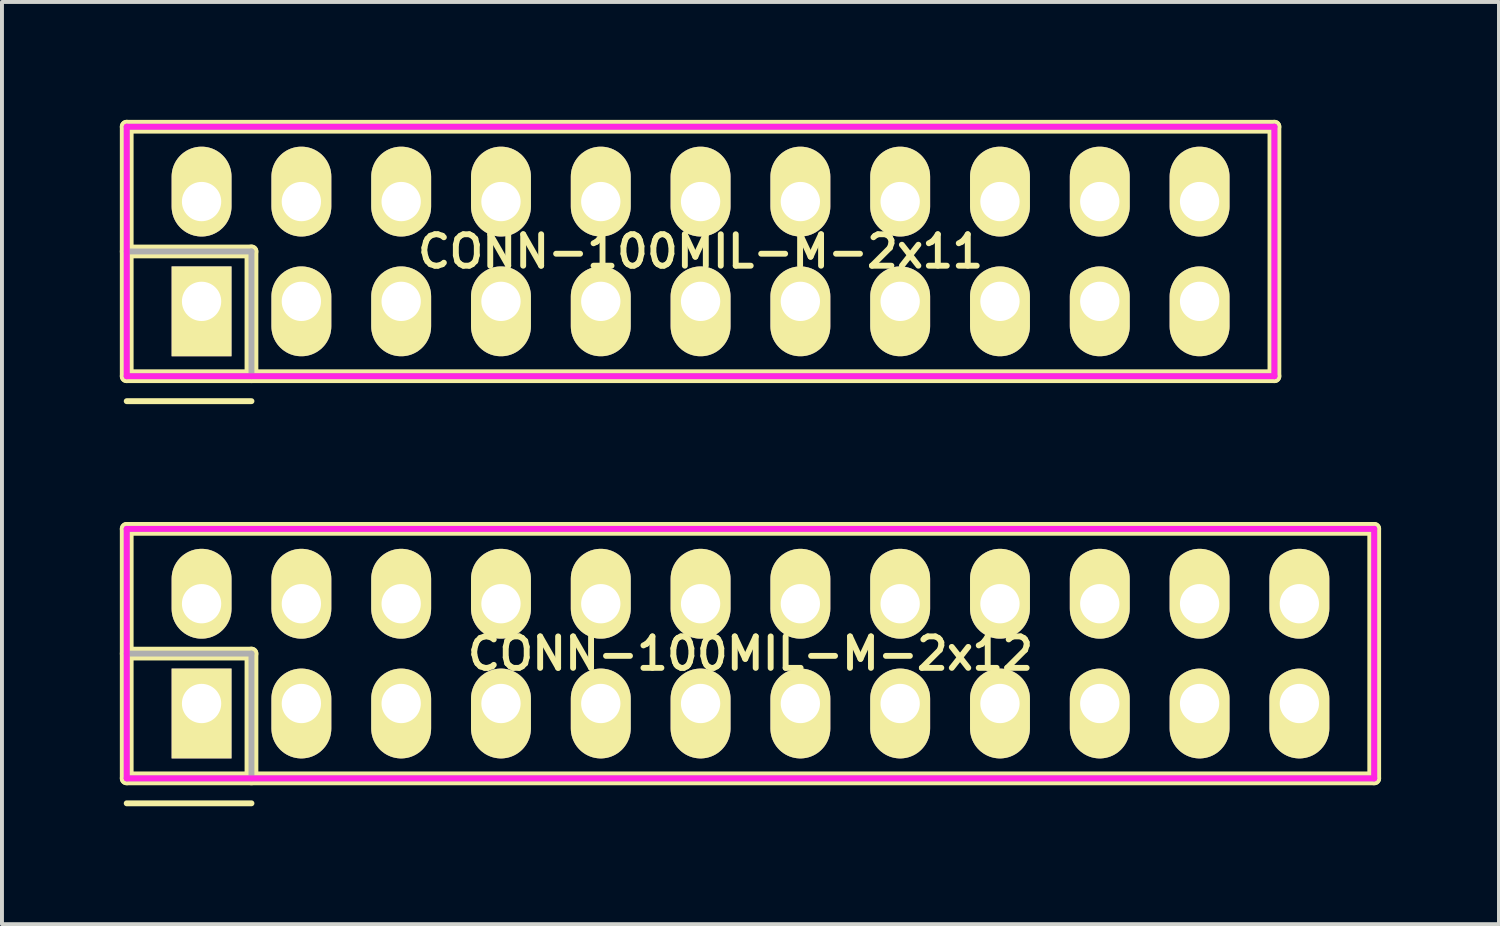
<source format=kicad_pcb>
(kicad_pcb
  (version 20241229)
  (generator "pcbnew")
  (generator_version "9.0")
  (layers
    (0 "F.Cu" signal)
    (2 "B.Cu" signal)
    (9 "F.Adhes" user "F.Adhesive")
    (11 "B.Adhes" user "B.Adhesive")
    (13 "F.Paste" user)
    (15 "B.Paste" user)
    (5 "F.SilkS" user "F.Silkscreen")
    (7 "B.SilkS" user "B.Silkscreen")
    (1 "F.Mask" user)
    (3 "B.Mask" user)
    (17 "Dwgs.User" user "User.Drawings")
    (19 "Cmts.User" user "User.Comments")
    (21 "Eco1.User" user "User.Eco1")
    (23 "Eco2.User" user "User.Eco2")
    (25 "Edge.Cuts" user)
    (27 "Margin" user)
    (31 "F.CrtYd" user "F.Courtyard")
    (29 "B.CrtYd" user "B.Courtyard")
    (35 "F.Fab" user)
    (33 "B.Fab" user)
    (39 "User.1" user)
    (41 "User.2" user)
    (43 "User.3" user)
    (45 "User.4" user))
  (footprint "CONN-100MIL-M-2x11"
    (layer "F.Cu")
    (at 14.78 3.35)
    (property "Reference" "CONN-100MIL-M-2x11" (at 0 0 0) (layer "F.SilkS") (effects (font (size 0.8 0.8) (thickness 0.15))))
    (attr through_hole)
    (fp_line (start -14.605 -3.175) (end 14.605 -3.175) (stroke (width 0.35) (type solid)) (layer "F.SilkS"))
    (fp_line (start -14.605 0) (end -11.43 0) (stroke (width 0.35) (type solid)) (layer "F.SilkS"))
    (fp_line (start -14.605 3.175) (end -14.605 -3.175) (stroke (width 0.35) (type solid)) (layer "F.SilkS"))
    (fp_line (start -14.605 3.81) (end -11.43 3.81) (stroke (width 0.15) (type solid)) (layer "F.SilkS"))
    (fp_line (start -11.43 0) (end -11.43 3.175) (stroke (width 0.35) (type solid)) (layer "F.SilkS"))
    (fp_line (start 14.605 -3.175) (end 14.605 3.175) (stroke (width 0.35) (type solid)) (layer "F.SilkS"))
    (fp_line (start 14.605 3.175) (end -14.605 3.175) (stroke (width 0.35) (type solid)) (layer "F.SilkS"))
    (fp_line (start -14.605 -3.175) (end 14.605 -3.175) (stroke (width 0.15) (type solid)) (layer "F.CrtYd"))
    (fp_line (start -14.605 3.175) (end -14.605 -3.175) (stroke (width 0.15) (type solid)) (layer "F.CrtYd"))
    (fp_line (start 14.605 -3.175) (end 14.605 3.175) (stroke (width 0.15) (type solid)) (layer "F.CrtYd"))
    (fp_line (start 14.605 3.175) (end -14.605 3.175) (stroke (width 0.15) (type solid)) (layer "F.CrtYd"))
    (fp_line (start -14.605 -3.175) (end 14.605 -3.175) (stroke (width 0.15) (type solid)) (layer "F.Fab"))
    (fp_line (start -14.605 0) (end -11.43 0) (stroke (width 0.15) (type solid)) (layer "F.Fab"))
    (fp_line (start -14.605 3.175) (end -14.605 -3.175) (stroke (width 0.15) (type solid)) (layer "F.Fab"))
    (fp_line (start -11.43 0) (end -11.43 3.175) (stroke (width 0.15) (type solid)) (layer "F.Fab"))
    (fp_line (start 14.605 -3.175) (end 14.605 3.175) (stroke (width 0.15) (type solid)) (layer "F.Fab"))
    (fp_line (start 14.605 3.175) (end -14.605 3.175) (stroke (width 0.15) (type solid)) (layer "F.Fab"))
    (pad "1" thru_hole rect (at -12.7 1.27) (size 1.524 2.286) (drill 1 (offset 0 0.254)) (layers "*.Cu" "*.Mask" "F.SilkS"))
    (pad "2" thru_hole oval (at -12.7 -1.27) (size 1.524 2.286) (drill 1 (offset 0 -0.254)) (layers "*.Cu" "*.Mask" "F.SilkS"))
    (pad "3" thru_hole oval (at -10.16 1.27) (size 1.524 2.286) (drill 1 (offset 0 0.254)) (layers "*.Cu" "*.Mask" "F.SilkS"))
    (pad "4" thru_hole oval (at -10.16 -1.27) (size 1.524 2.286) (drill 1 (offset 0 -0.254)) (layers "*.Cu" "*.Mask" "F.SilkS"))
    (pad "5" thru_hole oval (at -7.62 1.27) (size 1.524 2.286) (drill 1 (offset 0 0.254)) (layers "*.Cu" "*.Mask" "F.SilkS"))
    (pad "6" thru_hole oval (at -7.62 -1.27) (size 1.524 2.286) (drill 1 (offset 0 -0.254)) (layers "*.Cu" "*.Mask" "F.SilkS"))
    (pad "7" thru_hole oval (at -5.08 1.27) (size 1.524 2.286) (drill 1 (offset 0 0.254)) (layers "*.Cu" "*.Mask" "F.SilkS"))
    (pad "8" thru_hole oval (at -5.08 -1.27) (size 1.524 2.286) (drill 1 (offset 0 -0.254)) (layers "*.Cu" "*.Mask" "F.SilkS"))
    (pad "9" thru_hole oval (at -2.54 1.27) (size 1.524 2.286) (drill 1 (offset 0 0.254)) (layers "*.Cu" "*.Mask" "F.SilkS"))
    (pad "10" thru_hole oval (at -2.54 -1.27) (size 1.524 2.286) (drill 1 (offset 0 -0.254)) (layers "*.Cu" "*.Mask" "F.SilkS"))
    (pad "11" thru_hole oval (at 0 1.27) (size 1.524 2.286) (drill 1 (offset 0 0.254)) (layers "*.Cu" "*.Mask" "F.SilkS"))
    (pad "12" thru_hole oval (at 0 -1.27) (size 1.524 2.286) (drill 1 (offset 0 -0.254)) (layers "*.Cu" "*.Mask" "F.SilkS"))
    (pad "13" thru_hole oval (at 2.54 1.27) (size 1.524 2.286) (drill 1 (offset 0 0.254)) (layers "*.Cu" "*.Mask" "F.SilkS"))
    (pad "14" thru_hole oval (at 2.54 -1.27) (size 1.524 2.286) (drill 1 (offset 0 -0.254)) (layers "*.Cu" "*.Mask" "F.SilkS"))
    (pad "15" thru_hole oval (at 5.08 1.27) (size 1.524 2.286) (drill 1 (offset 0 0.254)) (layers "*.Cu" "*.Mask" "F.SilkS"))
    (pad "16" thru_hole oval (at 5.08 -1.27) (size 1.524 2.286) (drill 1 (offset 0 -0.254)) (layers "*.Cu" "*.Mask" "F.SilkS"))
    (pad "17" thru_hole oval (at 7.62 1.27) (size 1.524 2.286) (drill 1 (offset 0 0.254)) (layers "*.Cu" "*.Mask" "F.SilkS"))
    (pad "18" thru_hole oval (at 7.62 -1.27) (size 1.524 2.286) (drill 1 (offset 0 -0.254)) (layers "*.Cu" "*.Mask" "F.SilkS"))
    (pad "19" thru_hole oval (at 10.16 1.27) (size 1.524 2.286) (drill 1 (offset 0 0.254)) (layers "*.Cu" "*.Mask" "F.SilkS"))
    (pad "20" thru_hole oval (at 10.16 -1.27) (size 1.524 2.286) (drill 1 (offset 0 -0.254)) (layers "*.Cu" "*.Mask" "F.SilkS"))
    (pad "21" thru_hole oval (at 12.7 1.27) (size 1.524 2.286) (drill 1 (offset 0 0.254)) (layers "*.Cu" "*.Mask" "F.SilkS"))
    (pad "22" thru_hole oval (at 12.7 -1.27) (size 1.524 2.286) (drill 1 (offset 0 -0.254)) (layers "*.Cu" "*.Mask" "F.SilkS")))
  (footprint "CONN-100MIL-M-2x12"
    (layer "F.Cu")
    (at 16.05 13.585)
    (property "Reference" "CONN-100MIL-M-2x12" (at 0 0 0) (layer "F.SilkS") (effects (font (size 0.8 0.8) (thickness 0.15))))
    (attr through_hole)
    (fp_line (start -15.875 -3.175) (end 15.875 -3.175) (stroke (width 0.35) (type solid)) (layer "F.SilkS"))
    (fp_line (start -15.875 0) (end -12.7 0) (stroke (width 0.35) (type solid)) (layer "F.SilkS"))
    (fp_line (start -15.875 3.175) (end -15.875 -3.175) (stroke (width 0.35) (type solid)) (layer "F.SilkS"))
    (fp_line (start -15.875 3.81) (end -12.7 3.81) (stroke (width 0.15) (type solid)) (layer "F.SilkS"))
    (fp_line (start -12.7 0) (end -12.7 3.175) (stroke (width 0.35) (type solid)) (layer "F.SilkS"))
    (fp_line (start 15.875 -3.175) (end 15.875 3.175) (stroke (width 0.35) (type solid)) (layer "F.SilkS"))
    (fp_line (start 15.875 3.175) (end -15.875 3.175) (stroke (width 0.35) (type solid)) (layer "F.SilkS"))
    (fp_line (start -15.875 -3.175) (end 15.875 -3.175) (stroke (width 0.15) (type solid)) (layer "F.CrtYd"))
    (fp_line (start -15.875 3.175) (end -15.875 -3.175) (stroke (width 0.15) (type solid)) (layer "F.CrtYd"))
    (fp_line (start 15.875 -3.175) (end 15.875 3.175) (stroke (width 0.15) (type solid)) (layer "F.CrtYd"))
    (fp_line (start 15.875 3.175) (end -15.875 3.175) (stroke (width 0.15) (type solid)) (layer "F.CrtYd"))
    (fp_line (start -15.875 -3.175) (end 15.875 -3.175) (stroke (width 0.15) (type solid)) (layer "F.Fab"))
    (fp_line (start -15.875 0) (end -12.7 0) (stroke (width 0.15) (type solid)) (layer "F.Fab"))
    (fp_line (start -15.875 3.175) (end -15.875 -3.175) (stroke (width 0.15) (type solid)) (layer "F.Fab"))
    (fp_line (start -12.7 0) (end -12.7 3.175) (stroke (width 0.15) (type solid)) (layer "F.Fab"))
    (fp_line (start 15.875 -3.175) (end 15.875 3.175) (stroke (width 0.15) (type solid)) (layer "F.Fab"))
    (fp_line (start 15.875 3.175) (end -15.875 3.175) (stroke (width 0.15) (type solid)) (layer "F.Fab"))
    (pad "1" thru_hole rect (at -13.97 1.27) (size 1.524 2.286) (drill 1 (offset 0 0.254)) (layers "*.Cu" "*.Mask" "F.SilkS"))
    (pad "2" thru_hole oval (at -13.97 -1.27) (size 1.524 2.286) (drill 1 (offset 0 -0.254)) (layers "*.Cu" "*.Mask" "F.SilkS"))
    (pad "3" thru_hole oval (at -11.43 1.27) (size 1.524 2.286) (drill 1 (offset 0 0.254)) (layers "*.Cu" "*.Mask" "F.SilkS"))
    (pad "4" thru_hole oval (at -11.43 -1.27) (size 1.524 2.286) (drill 1 (offset 0 -0.254)) (layers "*.Cu" "*.Mask" "F.SilkS"))
    (pad "5" thru_hole oval (at -8.89 1.27) (size 1.524 2.286) (drill 1 (offset 0 0.254)) (layers "*.Cu" "*.Mask" "F.SilkS"))
    (pad "6" thru_hole oval (at -8.89 -1.27) (size 1.524 2.286) (drill 1 (offset 0 -0.254)) (layers "*.Cu" "*.Mask" "F.SilkS"))
    (pad "7" thru_hole oval (at -6.35 1.27) (size 1.524 2.286) (drill 1 (offset 0 0.254)) (layers "*.Cu" "*.Mask" "F.SilkS"))
    (pad "8" thru_hole oval (at -6.35 -1.27) (size 1.524 2.286) (drill 1 (offset 0 -0.254)) (layers "*.Cu" "*.Mask" "F.SilkS"))
    (pad "9" thru_hole oval (at -3.81 1.27) (size 1.524 2.286) (drill 1 (offset 0 0.254)) (layers "*.Cu" "*.Mask" "F.SilkS"))
    (pad "10" thru_hole oval (at -3.81 -1.27) (size 1.524 2.286) (drill 1 (offset 0 -0.254)) (layers "*.Cu" "*.Mask" "F.SilkS"))
    (pad "11" thru_hole oval (at -1.27 1.27) (size 1.524 2.286) (drill 1 (offset 0 0.254)) (layers "*.Cu" "*.Mask" "F.SilkS"))
    (pad "12" thru_hole oval (at -1.27 -1.27) (size 1.524 2.286) (drill 1 (offset 0 -0.254)) (layers "*.Cu" "*.Mask" "F.SilkS"))
    (pad "13" thru_hole oval (at 1.27 1.27) (size 1.524 2.286) (drill 1 (offset 0 0.254)) (layers "*.Cu" "*.Mask" "F.SilkS"))
    (pad "14" thru_hole oval (at 1.27 -1.27) (size 1.524 2.286) (drill 1 (offset 0 -0.254)) (layers "*.Cu" "*.Mask" "F.SilkS"))
    (pad "15" thru_hole oval (at 3.81 1.27) (size 1.524 2.286) (drill 1 (offset 0 0.254)) (layers "*.Cu" "*.Mask" "F.SilkS"))
    (pad "16" thru_hole oval (at 3.81 -1.27) (size 1.524 2.286) (drill 1 (offset 0 -0.254)) (layers "*.Cu" "*.Mask" "F.SilkS"))
    (pad "17" thru_hole oval (at 6.35 1.27) (size 1.524 2.286) (drill 1 (offset 0 0.254)) (layers "*.Cu" "*.Mask" "F.SilkS"))
    (pad "18" thru_hole oval (at 6.35 -1.27) (size 1.524 2.286) (drill 1 (offset 0 -0.254)) (layers "*.Cu" "*.Mask" "F.SilkS"))
    (pad "19" thru_hole oval (at 8.89 1.27) (size 1.524 2.286) (drill 1 (offset 0 0.254)) (layers "*.Cu" "*.Mask" "F.SilkS"))
    (pad "20" thru_hole oval (at 8.89 -1.27) (size 1.524 2.286) (drill 1 (offset 0 -0.254)) (layers "*.Cu" "*.Mask" "F.SilkS"))
    (pad "21" thru_hole oval (at 11.43 1.27) (size 1.524 2.286) (drill 1 (offset 0 0.254)) (layers "*.Cu" "*.Mask" "F.SilkS"))
    (pad "22" thru_hole oval (at 11.43 -1.27) (size 1.524 2.286) (drill 1 (offset 0 -0.254)) (layers "*.Cu" "*.Mask" "F.SilkS"))
    (pad "23" thru_hole oval (at 13.97 1.27) (size 1.524 2.286) (drill 1 (offset 0 0.254)) (layers "*.Cu" "*.Mask" "F.SilkS"))
    (pad "24" thru_hole oval (at 13.97 -1.27) (size 1.524 2.286) (drill 1 (offset 0 -0.254)) (layers "*.Cu" "*.Mask" "F.SilkS")))
  (gr_rect
    (start -3 -3)
    (end 35.1 20.47)
    (stroke (width 0.1) (type default))
    (fill no)
    (layer "Edge.Cuts")))
</source>
